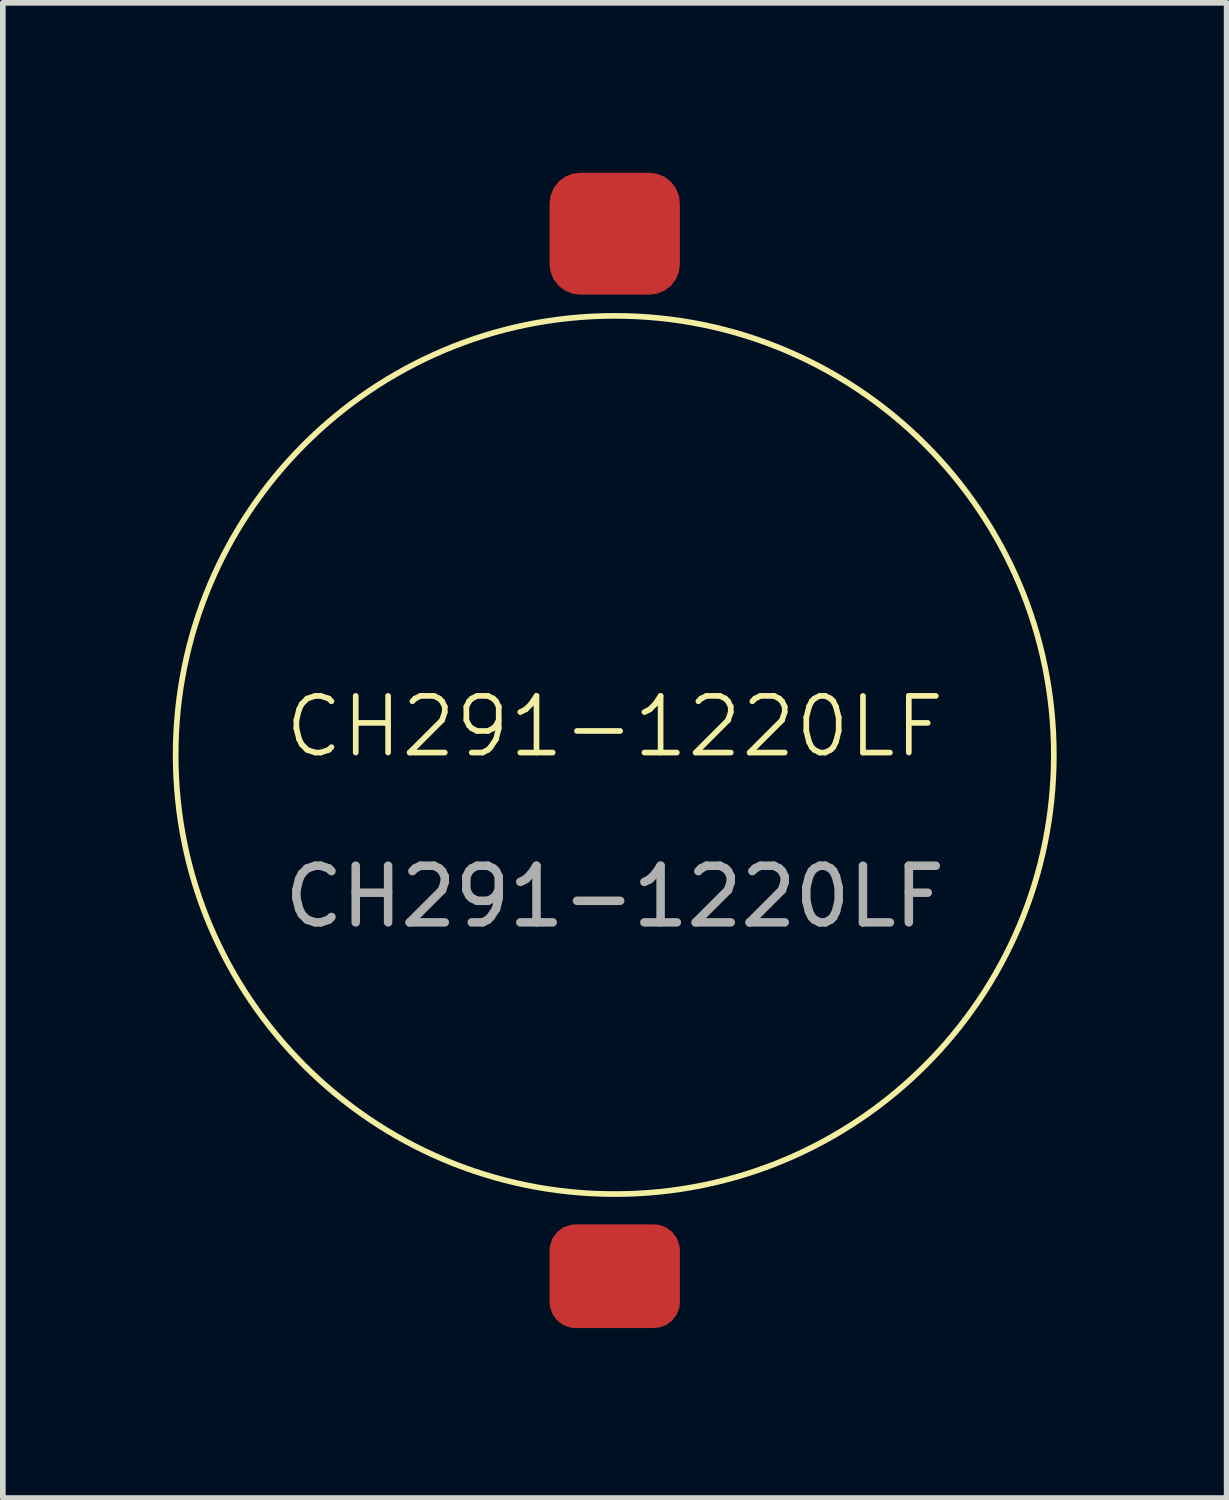
<source format=kicad_pcb>
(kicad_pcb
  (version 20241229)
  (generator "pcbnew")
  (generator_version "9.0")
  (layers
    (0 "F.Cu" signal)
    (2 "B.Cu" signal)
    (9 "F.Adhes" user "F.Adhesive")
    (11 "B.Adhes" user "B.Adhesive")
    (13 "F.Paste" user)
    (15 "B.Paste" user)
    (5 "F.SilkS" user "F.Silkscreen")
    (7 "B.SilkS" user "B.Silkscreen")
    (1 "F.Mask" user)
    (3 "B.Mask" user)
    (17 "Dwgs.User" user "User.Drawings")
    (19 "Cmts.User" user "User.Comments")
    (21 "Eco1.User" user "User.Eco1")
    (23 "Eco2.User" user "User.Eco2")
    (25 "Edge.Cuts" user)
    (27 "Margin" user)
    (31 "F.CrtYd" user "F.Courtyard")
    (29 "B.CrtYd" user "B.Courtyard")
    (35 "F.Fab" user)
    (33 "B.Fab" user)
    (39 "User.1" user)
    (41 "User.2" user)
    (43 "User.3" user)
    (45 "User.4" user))
  (footprint "CH291-1220LF"
    (layer "F.Cu")
    (at 7.8 10.275)
    (property "Reference" "CH291-1220LF" (at 0 -0.5 0) (unlocked yes) (layer "F.SilkS") (effects (font (size 1 1) (thickness 0.1))))
    (attr smd)
    (fp_circle (center 0 0) (end 7.75 0) (stroke (width 0.1) (type default)) (fill no) (layer "F.SilkS"))
    (fp_text user "${REFERENCE}" (at 0 2.5 0) (unlocked yes) (layer "F.Fab") (effects (font (size 1 1) (thickness 0.15))))
    (pad "1" smd roundrect (at 0 -9.2) (size 2.3 2.15) (layers "F.Cu" "F.Mask" "F.Paste") (roundrect_rratio 0.25))
    (pad "2" smd roundrect (at 0 9.2) (size 2.3 1.83) (layers "F.Cu" "F.Mask" "F.Paste") (roundrect_rratio 0.25)))
  (gr_rect
    (start -3 -3)
    (end 18.6 23.39)
    (stroke (width 0.1) (type default))
    (fill no)
    (layer "Edge.Cuts")))
</source>
